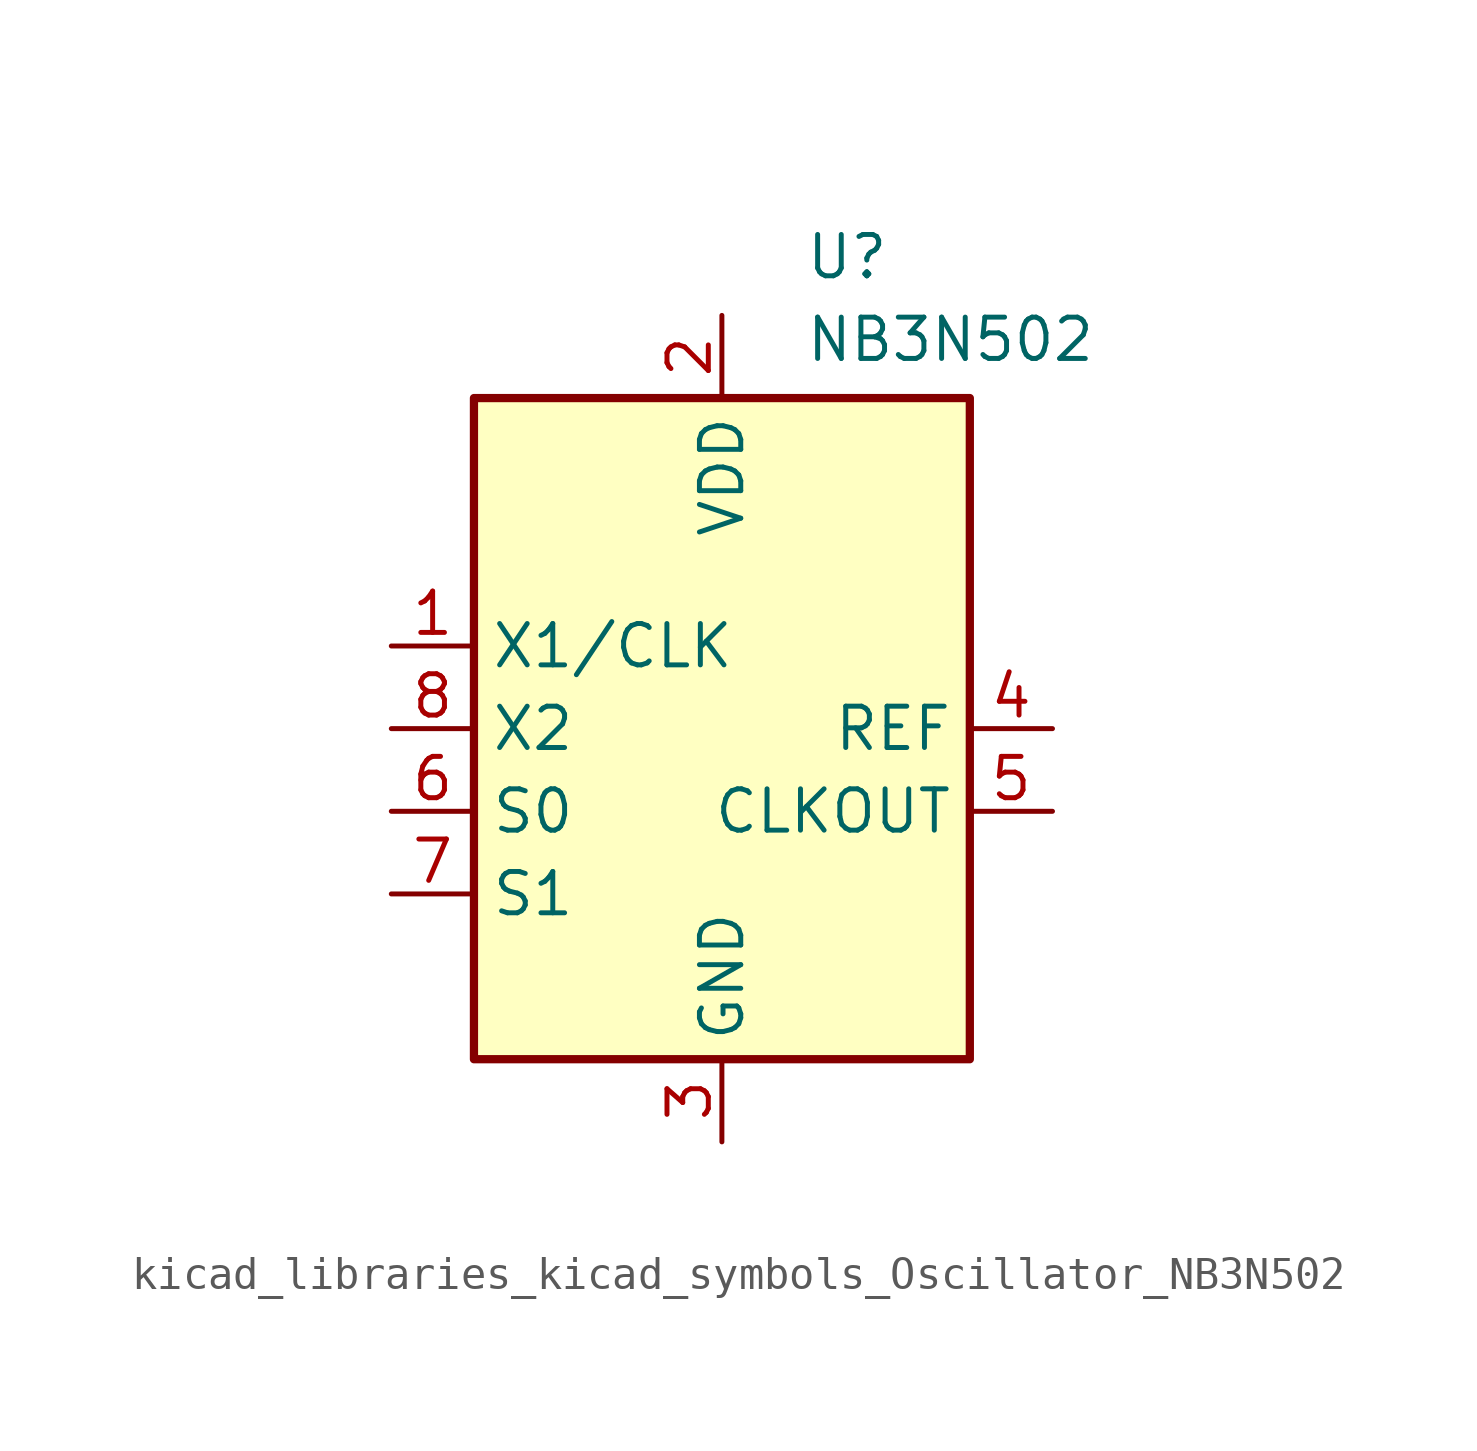
<source format=kicad_sym>
(kicad_symbol_lib
  (version 20220914)
  (generator kicad_symbol_editor)
  (symbol "kicad_libraries_kicad_symbols_Oscillator_NB3N502"
    (property "Reference" "U"
      (at 2.54 15.24 0)
      (effects (font (size 1.27 1.27)) (justify left top)))
    (property "Value" "NB3N502"
      (at 2.54 12.7 0)
      (effects (font (size 1.27 1.27)) (justify left top)))
    (symbol "kicad_libraries_kicad_symbols_Oscillator_NB3N502_0_1"
      (rectangle (start -7.62 10.16) (end 7.62 -10.16) (stroke (width 0.254) (type default)) (fill (type background))))
    (symbol "kicad_libraries_kicad_symbols_Oscillator_NB3N502_1_1"
      (pin input line (at -10.16 2.54 0) (length 2.54) (name "X1/CLK" (effects (font (size 1.27 1.27)))) (number "1" (effects (font (size 1.27 1.27)))))
      (pin power_in line (at 0 12.7 270) (length 2.54) (name "VDD" (effects (font (size 1.27 1.27)))) (number "2" (effects (font (size 1.27 1.27)))))
      (pin power_in line (at 0 -12.7 90) (length 2.54) (name "GND" (effects (font (size 1.27 1.27)))) (number "3" (effects (font (size 1.27 1.27)))))
      (pin output line (at 10.16 0 180) (length 2.54) (name "REF" (effects (font (size 1.27 1.27)))) (number "4" (effects (font (size 1.27 1.27)))))
      (pin output line (at 10.16 -2.54 180) (length 2.54) (name "CLKOUT" (effects (font (size 1.27 1.27)))) (number "5" (effects (font (size 1.27 1.27)))))
      (pin input line (at -10.16 -2.54 0) (length 2.54) (name "S0" (effects (font (size 1.27 1.27)))) (number "6" (effects (font (size 1.27 1.27)))))
      (pin input line (at -10.16 -5.08 0) (length 2.54) (name "S1" (effects (font (size 1.27 1.27)))) (number "7" (effects (font (size 1.27 1.27)))))
      (pin output line (at -10.16 0 0) (length 2.54) (name "X2" (effects (font (size 1.27 1.27)))) (number "8" (effects (font (size 1.27 1.27))))))))
</source>
